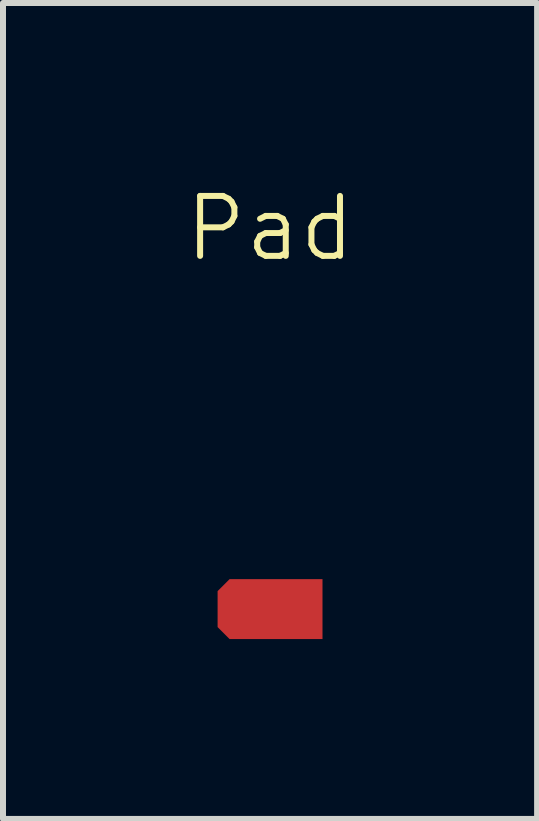
<source format=kicad_pcb>
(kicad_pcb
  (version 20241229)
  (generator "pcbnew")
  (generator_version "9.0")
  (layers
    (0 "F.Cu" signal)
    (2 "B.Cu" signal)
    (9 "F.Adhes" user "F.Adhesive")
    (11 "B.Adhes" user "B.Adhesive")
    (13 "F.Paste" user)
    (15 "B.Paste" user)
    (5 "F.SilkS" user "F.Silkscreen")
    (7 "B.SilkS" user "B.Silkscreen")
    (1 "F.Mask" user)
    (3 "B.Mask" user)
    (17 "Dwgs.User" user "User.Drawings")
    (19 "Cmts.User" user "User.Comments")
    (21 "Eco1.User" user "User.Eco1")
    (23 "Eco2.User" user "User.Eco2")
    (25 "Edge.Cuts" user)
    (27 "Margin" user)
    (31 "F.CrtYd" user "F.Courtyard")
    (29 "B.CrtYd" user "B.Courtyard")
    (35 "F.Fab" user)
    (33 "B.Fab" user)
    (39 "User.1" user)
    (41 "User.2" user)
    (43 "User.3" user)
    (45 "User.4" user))
  (footprint "Pad"
    (layer "F.Cu")
    (at 1.455 7.111)
    (property "Reference" "Pad" (at 0 -6.35 0) (unlocked yes) (layer "F.SilkS") (effects (font (size 1 1) (thickness 0.1))))
    (attr smd)
    (pad "1" smd roundrect (at 0 0) (size 1.75 1) (layers "F.Cu" "F.Mask" "F.Paste") (roundrect_rratio 0) (chamfer_ratio 0.2) (chamfer top_left bottom_left)))
  (gr_rect
    (start -3 -3)
    (end 5.91 10.611)
    (stroke (width 0.1) (type default))
    (fill no)
    (layer "Edge.Cuts")))
</source>
